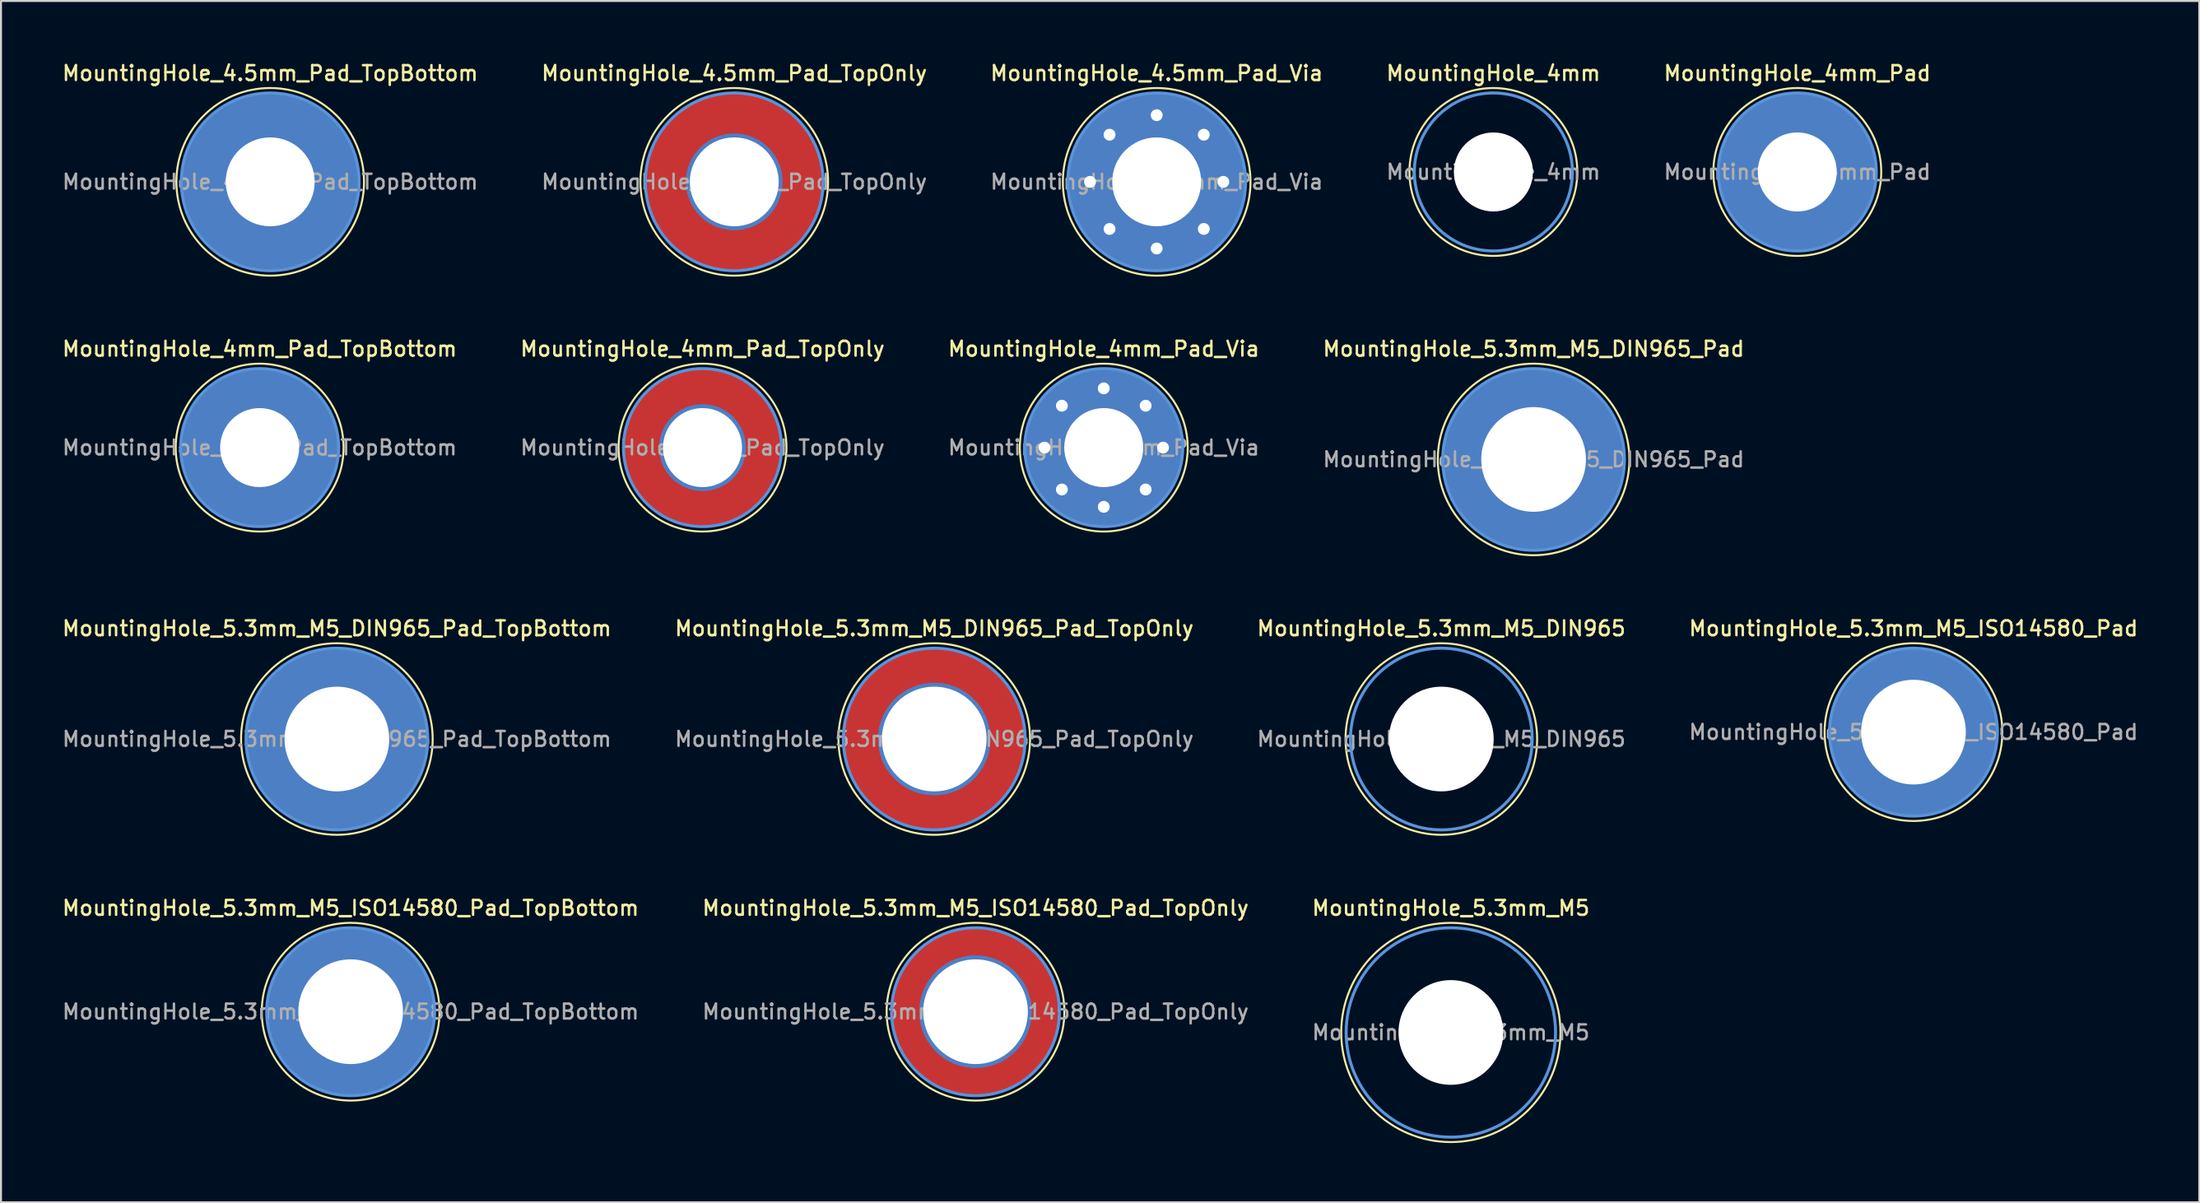
<source format=kicad_pcb>
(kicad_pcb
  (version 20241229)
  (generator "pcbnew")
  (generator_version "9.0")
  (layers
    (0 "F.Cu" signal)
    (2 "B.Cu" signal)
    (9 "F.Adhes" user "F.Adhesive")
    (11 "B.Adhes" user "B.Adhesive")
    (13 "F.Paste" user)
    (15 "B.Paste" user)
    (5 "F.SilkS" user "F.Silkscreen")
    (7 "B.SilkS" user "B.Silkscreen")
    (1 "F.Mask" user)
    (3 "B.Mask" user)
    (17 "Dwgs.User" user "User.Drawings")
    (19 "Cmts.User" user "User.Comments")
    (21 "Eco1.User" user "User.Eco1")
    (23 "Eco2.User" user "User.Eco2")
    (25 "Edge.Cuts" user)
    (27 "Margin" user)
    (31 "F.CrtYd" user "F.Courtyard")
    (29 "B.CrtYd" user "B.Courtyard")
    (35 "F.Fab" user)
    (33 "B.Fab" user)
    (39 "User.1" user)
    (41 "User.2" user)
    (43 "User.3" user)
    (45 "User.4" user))
  (footprint "MountingHole_4.5mm_Pad_Via"
    (layer "F.Cu")
    (at 55.509 6.158)
    (property "Reference" "MountingHole_4.5mm_Pad_Via" (at 0 -5.5 0) (layer "F.SilkS") (effects (font (size 0.75 0.75) (thickness 0.125))))
    (attr exclude_from_pos_files exclude_from_bom)
    (fp_circle (center 0 0) (end 4.75 0) (stroke (width 0.1) (type solid)) (fill no) (layer "F.SilkS"))
    (fp_circle (center 0 0) (end 4.5 0) (stroke (width 0.15) (type solid)) (fill no) (layer "Cmts.User"))
    (fp_text user "${REFERENCE}" (at 0 0 0) (layer "F.Fab") (effects (font (size 0.75 0.75) (thickness 0.125))))
    (pad "1" thru_hole circle (at -3.375 0) (size 0.9 0.9) (drill 0.6) (layers "*.Cu" "*.Mask"))
    (pad "1" thru_hole circle (at -2.386 -2.386) (size 0.9 0.9) (drill 0.6) (layers "*.Cu" "*.Mask"))
    (pad "1" thru_hole circle (at -2.386 2.386) (size 0.9 0.9) (drill 0.6) (layers "*.Cu" "*.Mask"))
    (pad "1" thru_hole circle (at 0 -3.375) (size 0.9 0.9) (drill 0.6) (layers "*.Cu" "*.Mask"))
    (pad "1" thru_hole circle (at 0 0) (size 9 9) (drill 4.5) (layers "*.Cu" "*.Mask"))
    (pad "1" thru_hole circle (at 0 3.375) (size 0.9 0.9) (drill 0.6) (layers "*.Cu" "*.Mask"))
    (pad "1" thru_hole circle (at 2.386 -2.386) (size 0.9 0.9) (drill 0.6) (layers "*.Cu" "*.Mask"))
    (pad "1" thru_hole circle (at 2.386 2.386) (size 0.9 0.9) (drill 0.6) (layers "*.Cu" "*.Mask"))
    (pad "1" thru_hole circle (at 3.375 0) (size 0.9 0.9) (drill 0.6) (layers "*.Cu" "*.Mask")))
  (footprint "MountingHole_4.5mm_Pad_TopBottom"
    (layer "F.Cu")
    (at 10.63 6.158)
    (property "Reference" "MountingHole_4.5mm_Pad_TopBottom" (at 0 -5.5 0) (layer "F.SilkS") (effects (font (size 0.75 0.75) (thickness 0.125))))
    (attr exclude_from_pos_files exclude_from_bom)
    (fp_circle (center 0 0) (end 4.75 0) (stroke (width 0.1) (type solid)) (fill no) (layer "F.SilkS"))
    (fp_circle (center 0 0) (end 4.5 0) (stroke (width 0.15) (type solid)) (fill no) (layer "Cmts.User"))
    (fp_text user "${REFERENCE}" (at 0 0 0) (layer "F.Fab") (effects (font (size 0.75 0.75) (thickness 0.125))))
    (pad "1" thru_hole circle (at 0 0) (size 4.9 4.9) (drill 4.5) (layers "*.Cu" "*.Mask"))
    (pad "1" connect circle (at 0 0) (size 9 9) (layers "F.Cu" "F.Mask"))
    (pad "1" connect circle (at 0 0) (size 9 9) (layers "B.Cu" "B.Mask")))
  (footprint "MountingHole_5.3mm_M5_DIN965"
    (layer "F.Cu")
    (at 69.92 34.374)
    (property "Reference" "MountingHole_5.3mm_M5_DIN965" (at 0 -5.6 0) (layer "F.SilkS") (effects (font (size 0.75 0.75) (thickness 0.125))))
    (attr exclude_from_pos_files exclude_from_bom)
    (fp_circle (center 0 0) (end 4.85 0) (stroke (width 0.1) (type solid)) (fill no) (layer "F.SilkS"))
    (fp_circle (center 0 0) (end 4.6 0) (stroke (width 0.15) (type solid)) (fill no) (layer "Cmts.User"))
    (fp_text user "${REFERENCE}" (at 0 0 0) (layer "F.Fab") (effects (font (size 0.75 0.75) (thickness 0.125))))
    (pad "" np_thru_hole circle (at 0 0) (size 5.3 5.3) (drill 5.3) (layers "*.Cu" "*.Mask")))
  (footprint "MountingHole_4mm_Pad_TopBottom"
    (layer "F.Cu")
    (at 10.095 19.616)
    (property "Reference" "MountingHole_4mm_Pad_TopBottom" (at 0 -5 0) (layer "F.SilkS") (effects (font (size 0.75 0.75) (thickness 0.125))))
    (attr exclude_from_pos_files exclude_from_bom)
    (fp_circle (center 0 0) (end 4.25 0) (stroke (width 0.1) (type solid)) (fill no) (layer "F.SilkS"))
    (fp_circle (center 0 0) (end 4 0) (stroke (width 0.15) (type solid)) (fill no) (layer "Cmts.User"))
    (fp_text user "${REFERENCE}" (at 0 0 0) (layer "F.Fab") (effects (font (size 0.75 0.75) (thickness 0.125))))
    (pad "1" thru_hole circle (at 0 0) (size 4.4 4.4) (drill 4) (layers "*.Cu" "*.Mask"))
    (pad "1" connect circle (at 0 0) (size 8 8) (layers "F.Cu" "F.Mask"))
    (pad "1" connect circle (at 0 0) (size 8 8) (layers "B.Cu" "B.Mask")))
  (footprint "MountingHole_5.3mm_M5_DIN965_Pad_TopBottom"
    (layer "F.Cu")
    (at 14.005 34.374)
    (property "Reference" "MountingHole_5.3mm_M5_DIN965_Pad_TopBottom" (at 0 -5.6 0) (layer "F.SilkS") (effects (font (size 0.75 0.75) (thickness 0.125))))
    (attr exclude_from_pos_files exclude_from_bom)
    (fp_circle (center 0 0) (end 4.85 0) (stroke (width 0.1) (type solid)) (fill no) (layer "F.SilkS"))
    (fp_circle (center 0 0) (end 4.6 0) (stroke (width 0.15) (type solid)) (fill no) (layer "Cmts.User"))
    (fp_text user "${REFERENCE}" (at 0 0 0) (layer "F.Fab") (effects (font (size 0.75 0.75) (thickness 0.125))))
    (pad "1" thru_hole circle (at 0 0) (size 5.7 5.7) (drill 5.3) (layers "*.Cu" "*.Mask"))
    (pad "1" connect circle (at 0 0) (size 9.2 9.2) (layers "F.Cu" "F.Mask"))
    (pad "1" connect circle (at 0 0) (size 9.2 9.2) (layers "B.Cu" "B.Mask")))
  (footprint "MountingHole_4mm"
    (layer "F.Cu")
    (at 72.555 5.658)
    (property "Reference" "MountingHole_4mm" (at 0 -5 0) (layer "F.SilkS") (effects (font (size 0.75 0.75) (thickness 0.125))))
    (attr exclude_from_pos_files exclude_from_bom)
    (fp_circle (center 0 0) (end 4.25 0) (stroke (width 0.1) (type solid)) (fill no) (layer "F.SilkS"))
    (fp_circle (center 0 0) (end 4 0) (stroke (width 0.15) (type solid)) (fill no) (layer "Cmts.User"))
    (fp_text user "${REFERENCE}" (at 0 0 0) (layer "F.Fab") (effects (font (size 0.75 0.75) (thickness 0.125))))
    (pad "" np_thru_hole circle (at 0 0) (size 4 4) (drill 4) (layers "*.Cu" "*.Mask")))
  (footprint "MountingHole_4.5mm_Pad_TopOnly"
    (layer "F.Cu")
    (at 34.123 6.158)
    (property "Reference" "MountingHole_4.5mm_Pad_TopOnly" (at 0 -5.5 0) (layer "F.SilkS") (effects (font (size 0.75 0.75) (thickness 0.125))))
    (attr exclude_from_pos_files exclude_from_bom)
    (fp_circle (center 0 0) (end 4.75 0) (stroke (width 0.1) (type solid)) (fill no) (layer "F.SilkS"))
    (fp_circle (center 0 0) (end 4.5 0) (stroke (width 0.15) (type solid)) (fill no) (layer "Cmts.User"))
    (fp_text user "${REFERENCE}" (at 0 0 0) (layer "F.Fab") (effects (font (size 0.75 0.75) (thickness 0.125))))
    (pad "1" thru_hole circle (at 0 0) (size 4.9 4.9) (drill 4.5) (layers "*.Cu" "*.Mask"))
    (pad "1" connect circle (at 0 0) (size 9 9) (layers "F.Cu" "F.Mask")))
  (footprint "MountingHole_4mm_Pad_TopOnly"
    (layer "F.Cu")
    (at 32.516 19.616)
    (property "Reference" "MountingHole_4mm_Pad_TopOnly" (at 0 -5 0) (layer "F.SilkS") (effects (font (size 0.75 0.75) (thickness 0.125))))
    (attr exclude_from_pos_files exclude_from_bom)
    (fp_circle (center 0 0) (end 4.25 0) (stroke (width 0.1) (type solid)) (fill no) (layer "F.SilkS"))
    (fp_circle (center 0 0) (end 4 0) (stroke (width 0.15) (type solid)) (fill no) (layer "Cmts.User"))
    (fp_text user "${REFERENCE}" (at 0 0 0) (layer "F.Fab") (effects (font (size 0.75 0.75) (thickness 0.125))))
    (pad "1" thru_hole circle (at 0 0) (size 4.4 4.4) (drill 4) (layers "*.Cu" "*.Mask"))
    (pad "1" connect circle (at 0 0) (size 8 8) (layers "F.Cu" "F.Mask")))
  (footprint "MountingHole_4mm_Pad"
    (layer "F.Cu")
    (at 87.941 5.658)
    (property "Reference" "MountingHole_4mm_Pad" (at 0 -5 0) (layer "F.SilkS") (effects (font (size 0.75 0.75) (thickness 0.125))))
    (attr exclude_from_pos_files exclude_from_bom)
    (fp_circle (center 0 0) (end 4.25 0) (stroke (width 0.1) (type solid)) (fill no) (layer "F.SilkS"))
    (fp_circle (center 0 0) (end 4 0) (stroke (width 0.15) (type solid)) (fill no) (layer "Cmts.User"))
    (fp_text user "${REFERENCE}" (at 0 0 0) (layer "F.Fab") (effects (font (size 0.75 0.75) (thickness 0.125))))
    (pad "1" thru_hole circle (at 0 0) (size 8 8) (drill 4) (layers "*.Cu" "*.Mask")))
  (footprint "MountingHole_5.3mm_M5_DIN965_Pad"
    (layer "F.Cu")
    (at 74.591 20.216)
    (property "Reference" "MountingHole_5.3mm_M5_DIN965_Pad" (at 0 -5.6 0) (layer "F.SilkS") (effects (font (size 0.75 0.75) (thickness 0.125))))
    (attr exclude_from_pos_files exclude_from_bom)
    (fp_circle (center 0 0) (end 4.85 0) (stroke (width 0.1) (type solid)) (fill no) (layer "F.SilkS"))
    (fp_circle (center 0 0) (end 4.6 0) (stroke (width 0.15) (type solid)) (fill no) (layer "Cmts.User"))
    (fp_text user "${REFERENCE}" (at 0 0 0) (layer "F.Fab") (effects (font (size 0.75 0.75) (thickness 0.125))))
    (pad "1" thru_hole circle (at 0 0) (size 9.2 9.2) (drill 5.3) (layers "*.Cu" "*.Mask")))
  (footprint "MountingHole_5.3mm_M5_ISO14580_Pad_TopOnly"
    (layer "F.Cu")
    (at 46.337 48.182)
    (property "Reference" "MountingHole_5.3mm_M5_ISO14580_Pad_TopOnly" (at 0 -5.25 0) (layer "F.SilkS") (effects (font (size 0.75 0.75) (thickness 0.125))))
    (attr exclude_from_pos_files exclude_from_bom)
    (fp_circle (center 0 0) (end 4.5 0) (stroke (width 0.1) (type solid)) (fill no) (layer "F.SilkS"))
    (fp_circle (center 0 0) (end 4.25 0) (stroke (width 0.15) (type solid)) (fill no) (layer "Cmts.User"))
    (fp_text user "${REFERENCE}" (at 0 0 0) (layer "F.Fab") (effects (font (size 0.75 0.75) (thickness 0.125))))
    (pad "1" thru_hole circle (at 0 0) (size 5.7 5.7) (drill 5.3) (layers "*.Cu" "*.Mask"))
    (pad "1" connect circle (at 0 0) (size 8.5 8.5) (layers "F.Cu" "F.Mask")))
  (footprint "MountingHole_5.3mm_M5_ISO14580_Pad_TopBottom"
    (layer "F.Cu")
    (at 14.702 48.182)
    (property "Reference" "MountingHole_5.3mm_M5_ISO14580_Pad_TopBottom" (at 0 -5.25 0) (layer "F.SilkS") (effects (font (size 0.75 0.75) (thickness 0.125))))
    (attr exclude_from_pos_files exclude_from_bom)
    (fp_circle (center 0 0) (end 4.5 0) (stroke (width 0.1) (type solid)) (fill no) (layer "F.SilkS"))
    (fp_circle (center 0 0) (end 4.25 0) (stroke (width 0.15) (type solid)) (fill no) (layer "Cmts.User"))
    (fp_text user "${REFERENCE}" (at 0 0 0) (layer "F.Fab") (effects (font (size 0.75 0.75) (thickness 0.125))))
    (pad "1" thru_hole circle (at 0 0) (size 5.7 5.7) (drill 5.3) (layers "*.Cu" "*.Mask"))
    (pad "1" connect circle (at 0 0) (size 8.5 8.5) (layers "F.Cu" "F.Mask"))
    (pad "1" connect circle (at 0 0) (size 8.5 8.5) (layers "B.Cu" "B.Mask")))
  (footprint "MountingHole_5.3mm_M5"
    (layer "F.Cu")
    (at 70.402 49.233)
    (property "Reference" "MountingHole_5.3mm_M5" (at 0 -6.3 0) (layer "F.SilkS") (effects (font (size 0.75 0.75) (thickness 0.125))))
    (attr exclude_from_pos_files exclude_from_bom)
    (fp_circle (center 0 0) (end 5.55 0) (stroke (width 0.1) (type solid)) (fill no) (layer "F.SilkS"))
    (fp_circle (center 0 0) (end 5.3 0) (stroke (width 0.15) (type solid)) (fill no) (layer "Cmts.User"))
    (fp_text user "${REFERENCE}" (at 0 0 0) (layer "F.Fab") (effects (font (size 0.75 0.75) (thickness 0.125))))
    (pad "" np_thru_hole circle (at 0 0) (size 5.3 5.3) (drill 5.3) (layers "*.Cu" "*.Mask")))
  (footprint "MountingHole_4mm_Pad_Via"
    (layer "F.Cu")
    (at 52.83 19.616)
    (property "Reference" "MountingHole_4mm_Pad_Via" (at 0 -5 0) (layer "F.SilkS") (effects (font (size 0.75 0.75) (thickness 0.125))))
    (attr exclude_from_pos_files exclude_from_bom)
    (fp_circle (center 0 0) (end 4.25 0) (stroke (width 0.1) (type solid)) (fill no) (layer "F.SilkS"))
    (fp_circle (center 0 0) (end 4 0) (stroke (width 0.15) (type solid)) (fill no) (layer "Cmts.User"))
    (fp_text user "${REFERENCE}" (at 0 0 0) (layer "F.Fab") (effects (font (size 0.75 0.75) (thickness 0.125))))
    (pad "1" thru_hole circle (at -3 0) (size 0.9 0.9) (drill 0.6) (layers "*.Cu" "*.Mask"))
    (pad "1" thru_hole circle (at -2.121 -2.121) (size 0.9 0.9) (drill 0.6) (layers "*.Cu" "*.Mask"))
    (pad "1" thru_hole circle (at -2.121 2.121) (size 0.9 0.9) (drill 0.6) (layers "*.Cu" "*.Mask"))
    (pad "1" thru_hole circle (at 0 -3) (size 0.9 0.9) (drill 0.6) (layers "*.Cu" "*.Mask"))
    (pad "1" thru_hole circle (at 0 0) (size 8 8) (drill 4) (layers "*.Cu" "*.Mask"))
    (pad "1" thru_hole circle (at 0 3) (size 0.9 0.9) (drill 0.6) (layers "*.Cu" "*.Mask"))
    (pad "1" thru_hole circle (at 2.121 -2.121) (size 0.9 0.9) (drill 0.6) (layers "*.Cu" "*.Mask"))
    (pad "1" thru_hole circle (at 2.121 2.121) (size 0.9 0.9) (drill 0.6) (layers "*.Cu" "*.Mask"))
    (pad "1" thru_hole circle (at 3 0) (size 0.9 0.9) (drill 0.6) (layers "*.Cu" "*.Mask")))
  (footprint "MountingHole_5.3mm_M5_ISO14580_Pad"
    (layer "F.Cu")
    (at 93.823 34.024)
    (property "Reference" "MountingHole_5.3mm_M5_ISO14580_Pad" (at 0 -5.25 0) (layer "F.SilkS") (effects (font (size 0.75 0.75) (thickness 0.125))))
    (attr exclude_from_pos_files exclude_from_bom)
    (fp_circle (center 0 0) (end 4.5 0) (stroke (width 0.1) (type solid)) (fill no) (layer "F.SilkS"))
    (fp_circle (center 0 0) (end 4.25 0) (stroke (width 0.15) (type solid)) (fill no) (layer "Cmts.User"))
    (fp_text user "${REFERENCE}" (at 0 0 0) (layer "F.Fab") (effects (font (size 0.75 0.75) (thickness 0.125))))
    (pad "1" thru_hole circle (at 0 0) (size 8.5 8.5) (drill 5.3) (layers "*.Cu" "*.Mask")))
  (footprint "MountingHole_5.3mm_M5_DIN965_Pad_TopOnly"
    (layer "F.Cu")
    (at 44.248 34.374)
    (property "Reference" "MountingHole_5.3mm_M5_DIN965_Pad_TopOnly" (at 0 -5.6 0) (layer "F.SilkS") (effects (font (size 0.75 0.75) (thickness 0.125))))
    (attr exclude_from_pos_files exclude_from_bom)
    (fp_circle (center 0 0) (end 4.85 0) (stroke (width 0.1) (type solid)) (fill no) (layer "F.SilkS"))
    (fp_circle (center 0 0) (end 4.6 0) (stroke (width 0.15) (type solid)) (fill no) (layer "Cmts.User"))
    (fp_text user "${REFERENCE}" (at 0 0 0) (layer "F.Fab") (effects (font (size 0.75 0.75) (thickness 0.125))))
    (pad "1" thru_hole circle (at 0 0) (size 5.7 5.7) (drill 5.3) (layers "*.Cu" "*.Mask"))
    (pad "1" connect circle (at 0 0) (size 9.2 9.2) (layers "F.Cu" "F.Mask")))
  (gr_rect
    (start -3 -3)
    (end 108.293 57.833)
    (stroke (width 0.1) (type default))
    (fill no)
    (layer "Edge.Cuts")))
</source>
